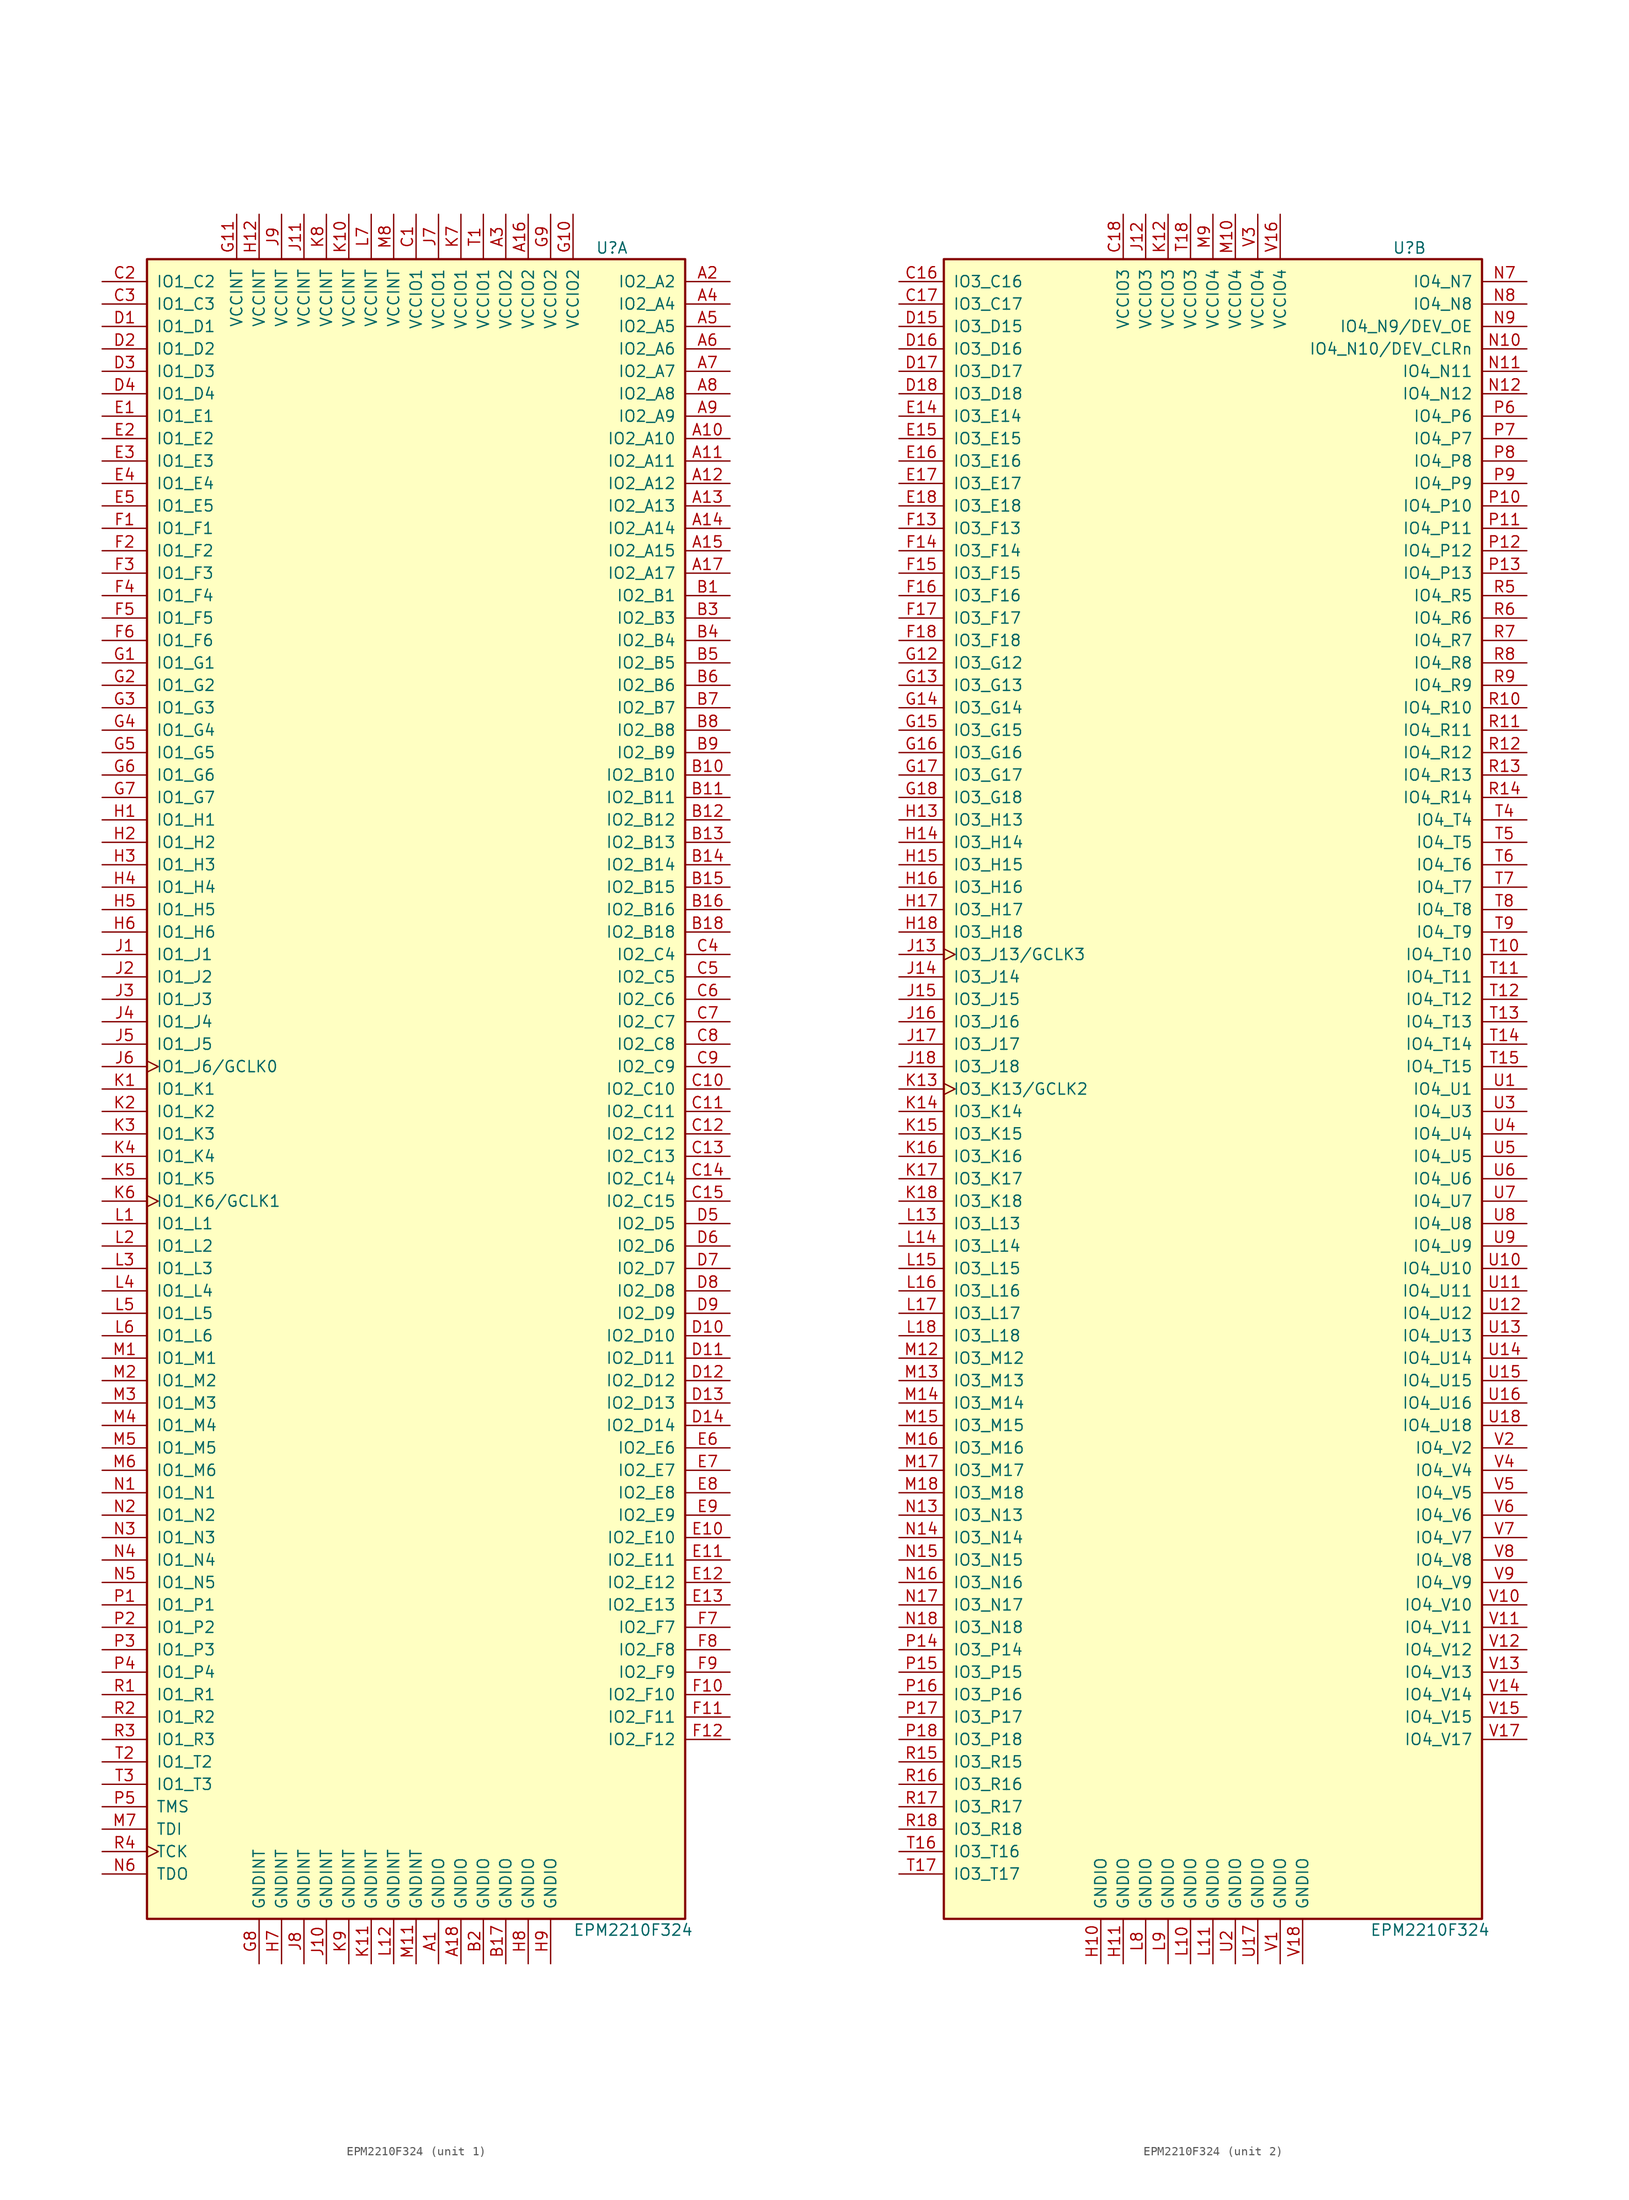
<source format=kicad_sym>
(kicad_symbol_lib
  (version 20211014)
  (generator kicad_symbol_editor)
  (symbol "EPM2210F324"
    (pin_names
      (offset 1.016))
    (property "Reference" "U"
      (at 20.32 95.25 0)
      (effects (font (size 1.27 1.27)) (justify left)))
    (property "Value" "EPM2210F324"
      (at 17.78 -95.25 0)
      (effects (font (size 1.27 1.27)) (justify left)))
    (property "ki_locked" ""
      (at 0 0 0)
      (effects (font (size 1.27 1.27))))
    (symbol "EPM2210F324_1_1"
      (rectangle (start -30.48 93.98) (end 30.48 -93.98) (stroke (width 0.254) (type default) (color 0 0 0 0)) (fill (type background)))
      (pin power_in line (at 2.54 -99.06 90) (length 5.08) (name "GNDIO" (effects (font (size 1.27 1.27)))) (number "A1" (effects (font (size 1.27 1.27)))))
      (pin bidirectional line (at 35.56 73.66 180) (length 5.08) (name "IO2_A10" (effects (font (size 1.27 1.27)))) (number "A10" (effects (font (size 1.27 1.27)))))
      (pin bidirectional line (at 35.56 71.12 180) (length 5.08) (name "IO2_A11" (effects (font (size 1.27 1.27)))) (number "A11" (effects (font (size 1.27 1.27)))))
      (pin bidirectional line (at 35.56 68.58 180) (length 5.08) (name "IO2_A12" (effects (font (size 1.27 1.27)))) (number "A12" (effects (font (size 1.27 1.27)))))
      (pin bidirectional line (at 35.56 66.04 180) (length 5.08) (name "IO2_A13" (effects (font (size 1.27 1.27)))) (number "A13" (effects (font (size 1.27 1.27)))))
      (pin bidirectional line (at 35.56 63.5 180) (length 5.08) (name "IO2_A14" (effects (font (size 1.27 1.27)))) (number "A14" (effects (font (size 1.27 1.27)))))
      (pin bidirectional line (at 35.56 60.96 180) (length 5.08) (name "IO2_A15" (effects (font (size 1.27 1.27)))) (number "A15" (effects (font (size 1.27 1.27)))))
      (pin power_in line (at 12.7 99.06 270) (length 5.08) (name "VCCIO2" (effects (font (size 1.27 1.27)))) (number "A16" (effects (font (size 1.27 1.27)))))
      (pin bidirectional line (at 35.56 58.42 180) (length 5.08) (name "IO2_A17" (effects (font (size 1.27 1.27)))) (number "A17" (effects (font (size 1.27 1.27)))))
      (pin power_in line (at 5.08 -99.06 90) (length 5.08) (name "GNDIO" (effects (font (size 1.27 1.27)))) (number "A18" (effects (font (size 1.27 1.27)))))
      (pin bidirectional line (at 35.56 91.44 180) (length 5.08) (name "IO2_A2" (effects (font (size 1.27 1.27)))) (number "A2" (effects (font (size 1.27 1.27)))))
      (pin power_in line (at 10.16 99.06 270) (length 5.08) (name "VCCIO2" (effects (font (size 1.27 1.27)))) (number "A3" (effects (font (size 1.27 1.27)))))
      (pin bidirectional line (at 35.56 88.9 180) (length 5.08) (name "IO2_A4" (effects (font (size 1.27 1.27)))) (number "A4" (effects (font (size 1.27 1.27)))))
      (pin bidirectional line (at 35.56 86.36 180) (length 5.08) (name "IO2_A5" (effects (font (size 1.27 1.27)))) (number "A5" (effects (font (size 1.27 1.27)))))
      (pin bidirectional line (at 35.56 83.82 180) (length 5.08) (name "IO2_A6" (effects (font (size 1.27 1.27)))) (number "A6" (effects (font (size 1.27 1.27)))))
      (pin bidirectional line (at 35.56 81.28 180) (length 5.08) (name "IO2_A7" (effects (font (size 1.27 1.27)))) (number "A7" (effects (font (size 1.27 1.27)))))
      (pin bidirectional line (at 35.56 78.74 180) (length 5.08) (name "IO2_A8" (effects (font (size 1.27 1.27)))) (number "A8" (effects (font (size 1.27 1.27)))))
      (pin bidirectional line (at 35.56 76.2 180) (length 5.08) (name "IO2_A9" (effects (font (size 1.27 1.27)))) (number "A9" (effects (font (size 1.27 1.27)))))
      (pin bidirectional line (at 35.56 55.88 180) (length 5.08) (name "IO2_B1" (effects (font (size 1.27 1.27)))) (number "B1" (effects (font (size 1.27 1.27)))))
      (pin bidirectional line (at 35.56 35.56 180) (length 5.08) (name "IO2_B10" (effects (font (size 1.27 1.27)))) (number "B10" (effects (font (size 1.27 1.27)))))
      (pin bidirectional line (at 35.56 33.02 180) (length 5.08) (name "IO2_B11" (effects (font (size 1.27 1.27)))) (number "B11" (effects (font (size 1.27 1.27)))))
      (pin bidirectional line (at 35.56 30.48 180) (length 5.08) (name "IO2_B12" (effects (font (size 1.27 1.27)))) (number "B12" (effects (font (size 1.27 1.27)))))
      (pin bidirectional line (at 35.56 27.94 180) (length 5.08) (name "IO2_B13" (effects (font (size 1.27 1.27)))) (number "B13" (effects (font (size 1.27 1.27)))))
      (pin bidirectional line (at 35.56 25.4 180) (length 5.08) (name "IO2_B14" (effects (font (size 1.27 1.27)))) (number "B14" (effects (font (size 1.27 1.27)))))
      (pin bidirectional line (at 35.56 22.86 180) (length 5.08) (name "IO2_B15" (effects (font (size 1.27 1.27)))) (number "B15" (effects (font (size 1.27 1.27)))))
      (pin bidirectional line (at 35.56 20.32 180) (length 5.08) (name "IO2_B16" (effects (font (size 1.27 1.27)))) (number "B16" (effects (font (size 1.27 1.27)))))
      (pin power_in line (at 10.16 -99.06 90) (length 5.08) (name "GNDIO" (effects (font (size 1.27 1.27)))) (number "B17" (effects (font (size 1.27 1.27)))))
      (pin bidirectional line (at 35.56 17.78 180) (length 5.08) (name "IO2_B18" (effects (font (size 1.27 1.27)))) (number "B18" (effects (font (size 1.27 1.27)))))
      (pin power_in line (at 7.62 -99.06 90) (length 5.08) (name "GNDIO" (effects (font (size 1.27 1.27)))) (number "B2" (effects (font (size 1.27 1.27)))))
      (pin bidirectional line (at 35.56 53.34 180) (length 5.08) (name "IO2_B3" (effects (font (size 1.27 1.27)))) (number "B3" (effects (font (size 1.27 1.27)))))
      (pin bidirectional line (at 35.56 50.8 180) (length 5.08) (name "IO2_B4" (effects (font (size 1.27 1.27)))) (number "B4" (effects (font (size 1.27 1.27)))))
      (pin bidirectional line (at 35.56 48.26 180) (length 5.08) (name "IO2_B5" (effects (font (size 1.27 1.27)))) (number "B5" (effects (font (size 1.27 1.27)))))
      (pin bidirectional line (at 35.56 45.72 180) (length 5.08) (name "IO2_B6" (effects (font (size 1.27 1.27)))) (number "B6" (effects (font (size 1.27 1.27)))))
      (pin bidirectional line (at 35.56 43.18 180) (length 5.08) (name "IO2_B7" (effects (font (size 1.27 1.27)))) (number "B7" (effects (font (size 1.27 1.27)))))
      (pin bidirectional line (at 35.56 40.64 180) (length 5.08) (name "IO2_B8" (effects (font (size 1.27 1.27)))) (number "B8" (effects (font (size 1.27 1.27)))))
      (pin bidirectional line (at 35.56 38.1 180) (length 5.08) (name "IO2_B9" (effects (font (size 1.27 1.27)))) (number "B9" (effects (font (size 1.27 1.27)))))
      (pin power_in line (at 0 99.06 270) (length 5.08) (name "VCCIO1" (effects (font (size 1.27 1.27)))) (number "C1" (effects (font (size 1.27 1.27)))))
      (pin bidirectional line (at 35.56 0 180) (length 5.08) (name "IO2_C10" (effects (font (size 1.27 1.27)))) (number "C10" (effects (font (size 1.27 1.27)))))
      (pin bidirectional line (at 35.56 -2.54 180) (length 5.08) (name "IO2_C11" (effects (font (size 1.27 1.27)))) (number "C11" (effects (font (size 1.27 1.27)))))
      (pin bidirectional line (at 35.56 -5.08 180) (length 5.08) (name "IO2_C12" (effects (font (size 1.27 1.27)))) (number "C12" (effects (font (size 1.27 1.27)))))
      (pin bidirectional line (at 35.56 -7.62 180) (length 5.08) (name "IO2_C13" (effects (font (size 1.27 1.27)))) (number "C13" (effects (font (size 1.27 1.27)))))
      (pin bidirectional line (at 35.56 -10.16 180) (length 5.08) (name "IO2_C14" (effects (font (size 1.27 1.27)))) (number "C14" (effects (font (size 1.27 1.27)))))
      (pin bidirectional line (at 35.56 -12.7 180) (length 5.08) (name "IO2_C15" (effects (font (size 1.27 1.27)))) (number "C15" (effects (font (size 1.27 1.27)))))
      (pin bidirectional line (at -35.56 91.44 0) (length 5.08) (name "IO1_C2" (effects (font (size 1.27 1.27)))) (number "C2" (effects (font (size 1.27 1.27)))))
      (pin bidirectional line (at -35.56 88.9 0) (length 5.08) (name "IO1_C3" (effects (font (size 1.27 1.27)))) (number "C3" (effects (font (size 1.27 1.27)))))
      (pin bidirectional line (at 35.56 15.24 180) (length 5.08) (name "IO2_C4" (effects (font (size 1.27 1.27)))) (number "C4" (effects (font (size 1.27 1.27)))))
      (pin bidirectional line (at 35.56 12.7 180) (length 5.08) (name "IO2_C5" (effects (font (size 1.27 1.27)))) (number "C5" (effects (font (size 1.27 1.27)))))
      (pin bidirectional line (at 35.56 10.16 180) (length 5.08) (name "IO2_C6" (effects (font (size 1.27 1.27)))) (number "C6" (effects (font (size 1.27 1.27)))))
      (pin bidirectional line (at 35.56 7.62 180) (length 5.08) (name "IO2_C7" (effects (font (size 1.27 1.27)))) (number "C7" (effects (font (size 1.27 1.27)))))
      (pin bidirectional line (at 35.56 5.08 180) (length 5.08) (name "IO2_C8" (effects (font (size 1.27 1.27)))) (number "C8" (effects (font (size 1.27 1.27)))))
      (pin bidirectional line (at 35.56 2.54 180) (length 5.08) (name "IO2_C9" (effects (font (size 1.27 1.27)))) (number "C9" (effects (font (size 1.27 1.27)))))
      (pin bidirectional line (at -35.56 86.36 0) (length 5.08) (name "IO1_D1" (effects (font (size 1.27 1.27)))) (number "D1" (effects (font (size 1.27 1.27)))))
      (pin bidirectional line (at 35.56 -27.94 180) (length 5.08) (name "IO2_D10" (effects (font (size 1.27 1.27)))) (number "D10" (effects (font (size 1.27 1.27)))))
      (pin bidirectional line (at 35.56 -30.48 180) (length 5.08) (name "IO2_D11" (effects (font (size 1.27 1.27)))) (number "D11" (effects (font (size 1.27 1.27)))))
      (pin bidirectional line (at 35.56 -33.02 180) (length 5.08) (name "IO2_D12" (effects (font (size 1.27 1.27)))) (number "D12" (effects (font (size 1.27 1.27)))))
      (pin bidirectional line (at 35.56 -35.56 180) (length 5.08) (name "IO2_D13" (effects (font (size 1.27 1.27)))) (number "D13" (effects (font (size 1.27 1.27)))))
      (pin bidirectional line (at 35.56 -38.1 180) (length 5.08) (name "IO2_D14" (effects (font (size 1.27 1.27)))) (number "D14" (effects (font (size 1.27 1.27)))))
      (pin bidirectional line (at -35.56 83.82 0) (length 5.08) (name "IO1_D2" (effects (font (size 1.27 1.27)))) (number "D2" (effects (font (size 1.27 1.27)))))
      (pin bidirectional line (at -35.56 81.28 0) (length 5.08) (name "IO1_D3" (effects (font (size 1.27 1.27)))) (number "D3" (effects (font (size 1.27 1.27)))))
      (pin bidirectional line (at -35.56 78.74 0) (length 5.08) (name "IO1_D4" (effects (font (size 1.27 1.27)))) (number "D4" (effects (font (size 1.27 1.27)))))
      (pin bidirectional line (at 35.56 -15.24 180) (length 5.08) (name "IO2_D5" (effects (font (size 1.27 1.27)))) (number "D5" (effects (font (size 1.27 1.27)))))
      (pin bidirectional line (at 35.56 -17.78 180) (length 5.08) (name "IO2_D6" (effects (font (size 1.27 1.27)))) (number "D6" (effects (font (size 1.27 1.27)))))
      (pin bidirectional line (at 35.56 -20.32 180) (length 5.08) (name "IO2_D7" (effects (font (size 1.27 1.27)))) (number "D7" (effects (font (size 1.27 1.27)))))
      (pin bidirectional line (at 35.56 -22.86 180) (length 5.08) (name "IO2_D8" (effects (font (size 1.27 1.27)))) (number "D8" (effects (font (size 1.27 1.27)))))
      (pin bidirectional line (at 35.56 -25.4 180) (length 5.08) (name "IO2_D9" (effects (font (size 1.27 1.27)))) (number "D9" (effects (font (size 1.27 1.27)))))
      (pin bidirectional line (at -35.56 76.2 0) (length 5.08) (name "IO1_E1" (effects (font (size 1.27 1.27)))) (number "E1" (effects (font (size 1.27 1.27)))))
      (pin bidirectional line (at 35.56 -50.8 180) (length 5.08) (name "IO2_E10" (effects (font (size 1.27 1.27)))) (number "E10" (effects (font (size 1.27 1.27)))))
      (pin bidirectional line (at 35.56 -53.34 180) (length 5.08) (name "IO2_E11" (effects (font (size 1.27 1.27)))) (number "E11" (effects (font (size 1.27 1.27)))))
      (pin bidirectional line (at 35.56 -55.88 180) (length 5.08) (name "IO2_E12" (effects (font (size 1.27 1.27)))) (number "E12" (effects (font (size 1.27 1.27)))))
      (pin bidirectional line (at 35.56 -58.42 180) (length 5.08) (name "IO2_E13" (effects (font (size 1.27 1.27)))) (number "E13" (effects (font (size 1.27 1.27)))))
      (pin bidirectional line (at -35.56 73.66 0) (length 5.08) (name "IO1_E2" (effects (font (size 1.27 1.27)))) (number "E2" (effects (font (size 1.27 1.27)))))
      (pin bidirectional line (at -35.56 71.12 0) (length 5.08) (name "IO1_E3" (effects (font (size 1.27 1.27)))) (number "E3" (effects (font (size 1.27 1.27)))))
      (pin bidirectional line (at -35.56 68.58 0) (length 5.08) (name "IO1_E4" (effects (font (size 1.27 1.27)))) (number "E4" (effects (font (size 1.27 1.27)))))
      (pin bidirectional line (at -35.56 66.04 0) (length 5.08) (name "IO1_E5" (effects (font (size 1.27 1.27)))) (number "E5" (effects (font (size 1.27 1.27)))))
      (pin bidirectional line (at 35.56 -40.64 180) (length 5.08) (name "IO2_E6" (effects (font (size 1.27 1.27)))) (number "E6" (effects (font (size 1.27 1.27)))))
      (pin bidirectional line (at 35.56 -43.18 180) (length 5.08) (name "IO2_E7" (effects (font (size 1.27 1.27)))) (number "E7" (effects (font (size 1.27 1.27)))))
      (pin bidirectional line (at 35.56 -45.72 180) (length 5.08) (name "IO2_E8" (effects (font (size 1.27 1.27)))) (number "E8" (effects (font (size 1.27 1.27)))))
      (pin bidirectional line (at 35.56 -48.26 180) (length 5.08) (name "IO2_E9" (effects (font (size 1.27 1.27)))) (number "E9" (effects (font (size 1.27 1.27)))))
      (pin bidirectional line (at -35.56 63.5 0) (length 5.08) (name "IO1_F1" (effects (font (size 1.27 1.27)))) (number "F1" (effects (font (size 1.27 1.27)))))
      (pin bidirectional line (at 35.56 -68.58 180) (length 5.08) (name "IO2_F10" (effects (font (size 1.27 1.27)))) (number "F10" (effects (font (size 1.27 1.27)))))
      (pin bidirectional line (at 35.56 -71.12 180) (length 5.08) (name "IO2_F11" (effects (font (size 1.27 1.27)))) (number "F11" (effects (font (size 1.27 1.27)))))
      (pin bidirectional line (at 35.56 -73.66 180) (length 5.08) (name "IO2_F12" (effects (font (size 1.27 1.27)))) (number "F12" (effects (font (size 1.27 1.27)))))
      (pin bidirectional line (at -35.56 60.96 0) (length 5.08) (name "IO1_F2" (effects (font (size 1.27 1.27)))) (number "F2" (effects (font (size 1.27 1.27)))))
      (pin bidirectional line (at -35.56 58.42 0) (length 5.08) (name "IO1_F3" (effects (font (size 1.27 1.27)))) (number "F3" (effects (font (size 1.27 1.27)))))
      (pin bidirectional line (at -35.56 55.88 0) (length 5.08) (name "IO1_F4" (effects (font (size 1.27 1.27)))) (number "F4" (effects (font (size 1.27 1.27)))))
      (pin bidirectional line (at -35.56 53.34 0) (length 5.08) (name "IO1_F5" (effects (font (size 1.27 1.27)))) (number "F5" (effects (font (size 1.27 1.27)))))
      (pin bidirectional line (at -35.56 50.8 0) (length 5.08) (name "IO1_F6" (effects (font (size 1.27 1.27)))) (number "F6" (effects (font (size 1.27 1.27)))))
      (pin bidirectional line (at 35.56 -60.96 180) (length 5.08) (name "IO2_F7" (effects (font (size 1.27 1.27)))) (number "F7" (effects (font (size 1.27 1.27)))))
      (pin bidirectional line (at 35.56 -63.5 180) (length 5.08) (name "IO2_F8" (effects (font (size 1.27 1.27)))) (number "F8" (effects (font (size 1.27 1.27)))))
      (pin bidirectional line (at 35.56 -66.04 180) (length 5.08) (name "IO2_F9" (effects (font (size 1.27 1.27)))) (number "F9" (effects (font (size 1.27 1.27)))))
      (pin bidirectional line (at -35.56 48.26 0) (length 5.08) (name "IO1_G1" (effects (font (size 1.27 1.27)))) (number "G1" (effects (font (size 1.27 1.27)))))
      (pin power_in line (at 17.78 99.06 270) (length 5.08) (name "VCCIO2" (effects (font (size 1.27 1.27)))) (number "G10" (effects (font (size 1.27 1.27)))))
      (pin power_in line (at -20.32 99.06 270) (length 5.08) (name "VCCINT" (effects (font (size 1.27 1.27)))) (number "G11" (effects (font (size 1.27 1.27)))))
      (pin bidirectional line (at -35.56 45.72 0) (length 5.08) (name "IO1_G2" (effects (font (size 1.27 1.27)))) (number "G2" (effects (font (size 1.27 1.27)))))
      (pin bidirectional line (at -35.56 43.18 0) (length 5.08) (name "IO1_G3" (effects (font (size 1.27 1.27)))) (number "G3" (effects (font (size 1.27 1.27)))))
      (pin bidirectional line (at -35.56 40.64 0) (length 5.08) (name "IO1_G4" (effects (font (size 1.27 1.27)))) (number "G4" (effects (font (size 1.27 1.27)))))
      (pin bidirectional line (at -35.56 38.1 0) (length 5.08) (name "IO1_G5" (effects (font (size 1.27 1.27)))) (number "G5" (effects (font (size 1.27 1.27)))))
      (pin bidirectional line (at -35.56 35.56 0) (length 5.08) (name "IO1_G6" (effects (font (size 1.27 1.27)))) (number "G6" (effects (font (size 1.27 1.27)))))
      (pin bidirectional line (at -35.56 33.02 0) (length 5.08) (name "IO1_G7" (effects (font (size 1.27 1.27)))) (number "G7" (effects (font (size 1.27 1.27)))))
      (pin power_in line (at -17.78 -99.06 90) (length 5.08) (name "GNDINT" (effects (font (size 1.27 1.27)))) (number "G8" (effects (font (size 1.27 1.27)))))
      (pin power_in line (at 15.24 99.06 270) (length 5.08) (name "VCCIO2" (effects (font (size 1.27 1.27)))) (number "G9" (effects (font (size 1.27 1.27)))))
      (pin bidirectional line (at -35.56 30.48 0) (length 5.08) (name "IO1_H1" (effects (font (size 1.27 1.27)))) (number "H1" (effects (font (size 1.27 1.27)))))
      (pin power_in line (at -17.78 99.06 270) (length 5.08) (name "VCCINT" (effects (font (size 1.27 1.27)))) (number "H12" (effects (font (size 1.27 1.27)))))
      (pin bidirectional line (at -35.56 27.94 0) (length 5.08) (name "IO1_H2" (effects (font (size 1.27 1.27)))) (number "H2" (effects (font (size 1.27 1.27)))))
      (pin bidirectional line (at -35.56 25.4 0) (length 5.08) (name "IO1_H3" (effects (font (size 1.27 1.27)))) (number "H3" (effects (font (size 1.27 1.27)))))
      (pin bidirectional line (at -35.56 22.86 0) (length 5.08) (name "IO1_H4" (effects (font (size 1.27 1.27)))) (number "H4" (effects (font (size 1.27 1.27)))))
      (pin bidirectional line (at -35.56 20.32 0) (length 5.08) (name "IO1_H5" (effects (font (size 1.27 1.27)))) (number "H5" (effects (font (size 1.27 1.27)))))
      (pin bidirectional line (at -35.56 17.78 0) (length 5.08) (name "IO1_H6" (effects (font (size 1.27 1.27)))) (number "H6" (effects (font (size 1.27 1.27)))))
      (pin power_in line (at -15.24 -99.06 90) (length 5.08) (name "GNDINT" (effects (font (size 1.27 1.27)))) (number "H7" (effects (font (size 1.27 1.27)))))
      (pin power_in line (at 12.7 -99.06 90) (length 5.08) (name "GNDIO" (effects (font (size 1.27 1.27)))) (number "H8" (effects (font (size 1.27 1.27)))))
      (pin power_in line (at 15.24 -99.06 90) (length 5.08) (name "GNDIO" (effects (font (size 1.27 1.27)))) (number "H9" (effects (font (size 1.27 1.27)))))
      (pin bidirectional line (at -35.56 15.24 0) (length 5.08) (name "IO1_J1" (effects (font (size 1.27 1.27)))) (number "J1" (effects (font (size 1.27 1.27)))))
      (pin power_in line (at -10.16 -99.06 90) (length 5.08) (name "GNDINT" (effects (font (size 1.27 1.27)))) (number "J10" (effects (font (size 1.27 1.27)))))
      (pin power_in line (at -12.7 99.06 270) (length 5.08) (name "VCCINT" (effects (font (size 1.27 1.27)))) (number "J11" (effects (font (size 1.27 1.27)))))
      (pin bidirectional line (at -35.56 12.7 0) (length 5.08) (name "IO1_J2" (effects (font (size 1.27 1.27)))) (number "J2" (effects (font (size 1.27 1.27)))))
      (pin bidirectional line (at -35.56 10.16 0) (length 5.08) (name "IO1_J3" (effects (font (size 1.27 1.27)))) (number "J3" (effects (font (size 1.27 1.27)))))
      (pin bidirectional line (at -35.56 7.62 0) (length 5.08) (name "IO1_J4" (effects (font (size 1.27 1.27)))) (number "J4" (effects (font (size 1.27 1.27)))))
      (pin bidirectional line (at -35.56 5.08 0) (length 5.08) (name "IO1_J5" (effects (font (size 1.27 1.27)))) (number "J5" (effects (font (size 1.27 1.27)))))
      (pin bidirectional clock (at -35.56 2.54 0) (length 5.08) (name "IO1_J6/GCLK0" (effects (font (size 1.27 1.27)))) (number "J6" (effects (font (size 1.27 1.27)))))
      (pin power_in line (at 2.54 99.06 270) (length 5.08) (name "VCCIO1" (effects (font (size 1.27 1.27)))) (number "J7" (effects (font (size 1.27 1.27)))))
      (pin power_in line (at -12.7 -99.06 90) (length 5.08) (name "GNDINT" (effects (font (size 1.27 1.27)))) (number "J8" (effects (font (size 1.27 1.27)))))
      (pin power_in line (at -15.24 99.06 270) (length 5.08) (name "VCCINT" (effects (font (size 1.27 1.27)))) (number "J9" (effects (font (size 1.27 1.27)))))
      (pin bidirectional line (at -35.56 0 0) (length 5.08) (name "IO1_K1" (effects (font (size 1.27 1.27)))) (number "K1" (effects (font (size 1.27 1.27)))))
      (pin power_in line (at -7.62 99.06 270) (length 5.08) (name "VCCINT" (effects (font (size 1.27 1.27)))) (number "K10" (effects (font (size 1.27 1.27)))))
      (pin power_in line (at -5.08 -99.06 90) (length 5.08) (name "GNDINT" (effects (font (size 1.27 1.27)))) (number "K11" (effects (font (size 1.27 1.27)))))
      (pin bidirectional line (at -35.56 -2.54 0) (length 5.08) (name "IO1_K2" (effects (font (size 1.27 1.27)))) (number "K2" (effects (font (size 1.27 1.27)))))
      (pin bidirectional line (at -35.56 -5.08 0) (length 5.08) (name "IO1_K3" (effects (font (size 1.27 1.27)))) (number "K3" (effects (font (size 1.27 1.27)))))
      (pin bidirectional line (at -35.56 -7.62 0) (length 5.08) (name "IO1_K4" (effects (font (size 1.27 1.27)))) (number "K4" (effects (font (size 1.27 1.27)))))
      (pin bidirectional line (at -35.56 -10.16 0) (length 5.08) (name "IO1_K5" (effects (font (size 1.27 1.27)))) (number "K5" (effects (font (size 1.27 1.27)))))
      (pin bidirectional clock (at -35.56 -12.7 0) (length 5.08) (name "IO1_K6/GCLK1" (effects (font (size 1.27 1.27)))) (number "K6" (effects (font (size 1.27 1.27)))))
      (pin power_in line (at 5.08 99.06 270) (length 5.08) (name "VCCIO1" (effects (font (size 1.27 1.27)))) (number "K7" (effects (font (size 1.27 1.27)))))
      (pin power_in line (at -10.16 99.06 270) (length 5.08) (name "VCCINT" (effects (font (size 1.27 1.27)))) (number "K8" (effects (font (size 1.27 1.27)))))
      (pin power_in line (at -7.62 -99.06 90) (length 5.08) (name "GNDINT" (effects (font (size 1.27 1.27)))) (number "K9" (effects (font (size 1.27 1.27)))))
      (pin bidirectional line (at -35.56 -15.24 0) (length 5.08) (name "IO1_L1" (effects (font (size 1.27 1.27)))) (number "L1" (effects (font (size 1.27 1.27)))))
      (pin power_in line (at -2.54 -99.06 90) (length 5.08) (name "GNDINT" (effects (font (size 1.27 1.27)))) (number "L12" (effects (font (size 1.27 1.27)))))
      (pin bidirectional line (at -35.56 -17.78 0) (length 5.08) (name "IO1_L2" (effects (font (size 1.27 1.27)))) (number "L2" (effects (font (size 1.27 1.27)))))
      (pin bidirectional line (at -35.56 -20.32 0) (length 5.08) (name "IO1_L3" (effects (font (size 1.27 1.27)))) (number "L3" (effects (font (size 1.27 1.27)))))
      (pin bidirectional line (at -35.56 -22.86 0) (length 5.08) (name "IO1_L4" (effects (font (size 1.27 1.27)))) (number "L4" (effects (font (size 1.27 1.27)))))
      (pin bidirectional line (at -35.56 -25.4 0) (length 5.08) (name "IO1_L5" (effects (font (size 1.27 1.27)))) (number "L5" (effects (font (size 1.27 1.27)))))
      (pin bidirectional line (at -35.56 -27.94 0) (length 5.08) (name "IO1_L6" (effects (font (size 1.27 1.27)))) (number "L6" (effects (font (size 1.27 1.27)))))
      (pin power_in line (at -5.08 99.06 270) (length 5.08) (name "VCCINT" (effects (font (size 1.27 1.27)))) (number "L7" (effects (font (size 1.27 1.27)))))
      (pin bidirectional line (at -35.56 -30.48 0) (length 5.08) (name "IO1_M1" (effects (font (size 1.27 1.27)))) (number "M1" (effects (font (size 1.27 1.27)))))
      (pin power_in line (at 0 -99.06 90) (length 5.08) (name "GNDINT" (effects (font (size 1.27 1.27)))) (number "M11" (effects (font (size 1.27 1.27)))))
      (pin bidirectional line (at -35.56 -33.02 0) (length 5.08) (name "IO1_M2" (effects (font (size 1.27 1.27)))) (number "M2" (effects (font (size 1.27 1.27)))))
      (pin bidirectional line (at -35.56 -35.56 0) (length 5.08) (name "IO1_M3" (effects (font (size 1.27 1.27)))) (number "M3" (effects (font (size 1.27 1.27)))))
      (pin bidirectional line (at -35.56 -38.1 0) (length 5.08) (name "IO1_M4" (effects (font (size 1.27 1.27)))) (number "M4" (effects (font (size 1.27 1.27)))))
      (pin bidirectional line (at -35.56 -40.64 0) (length 5.08) (name "IO1_M5" (effects (font (size 1.27 1.27)))) (number "M5" (effects (font (size 1.27 1.27)))))
      (pin bidirectional line (at -35.56 -43.18 0) (length 5.08) (name "IO1_M6" (effects (font (size 1.27 1.27)))) (number "M6" (effects (font (size 1.27 1.27)))))
      (pin input line (at -35.56 -83.82 0) (length 5.08) (name "TDI" (effects (font (size 1.27 1.27)))) (number "M7" (effects (font (size 1.27 1.27)))))
      (pin power_in line (at -2.54 99.06 270) (length 5.08) (name "VCCINT" (effects (font (size 1.27 1.27)))) (number "M8" (effects (font (size 1.27 1.27)))))
      (pin bidirectional line (at -35.56 -45.72 0) (length 5.08) (name "IO1_N1" (effects (font (size 1.27 1.27)))) (number "N1" (effects (font (size 1.27 1.27)))))
      (pin bidirectional line (at -35.56 -48.26 0) (length 5.08) (name "IO1_N2" (effects (font (size 1.27 1.27)))) (number "N2" (effects (font (size 1.27 1.27)))))
      (pin bidirectional line (at -35.56 -50.8 0) (length 5.08) (name "IO1_N3" (effects (font (size 1.27 1.27)))) (number "N3" (effects (font (size 1.27 1.27)))))
      (pin bidirectional line (at -35.56 -53.34 0) (length 5.08) (name "IO1_N4" (effects (font (size 1.27 1.27)))) (number "N4" (effects (font (size 1.27 1.27)))))
      (pin bidirectional line (at -35.56 -55.88 0) (length 5.08) (name "IO1_N5" (effects (font (size 1.27 1.27)))) (number "N5" (effects (font (size 1.27 1.27)))))
      (pin output line (at -35.56 -88.9 0) (length 5.08) (name "TDO" (effects (font (size 1.27 1.27)))) (number "N6" (effects (font (size 1.27 1.27)))))
      (pin bidirectional line (at -35.56 -58.42 0) (length 5.08) (name "IO1_P1" (effects (font (size 1.27 1.27)))) (number "P1" (effects (font (size 1.27 1.27)))))
      (pin bidirectional line (at -35.56 -60.96 0) (length 5.08) (name "IO1_P2" (effects (font (size 1.27 1.27)))) (number "P2" (effects (font (size 1.27 1.27)))))
      (pin bidirectional line (at -35.56 -63.5 0) (length 5.08) (name "IO1_P3" (effects (font (size 1.27 1.27)))) (number "P3" (effects (font (size 1.27 1.27)))))
      (pin bidirectional line (at -35.56 -66.04 0) (length 5.08) (name "IO1_P4" (effects (font (size 1.27 1.27)))) (number "P4" (effects (font (size 1.27 1.27)))))
      (pin input line (at -35.56 -81.28 0) (length 5.08) (name "TMS" (effects (font (size 1.27 1.27)))) (number "P5" (effects (font (size 1.27 1.27)))))
      (pin bidirectional line (at -35.56 -68.58 0) (length 5.08) (name "IO1_R1" (effects (font (size 1.27 1.27)))) (number "R1" (effects (font (size 1.27 1.27)))))
      (pin bidirectional line (at -35.56 -71.12 0) (length 5.08) (name "IO1_R2" (effects (font (size 1.27 1.27)))) (number "R2" (effects (font (size 1.27 1.27)))))
      (pin bidirectional line (at -35.56 -73.66 0) (length 5.08) (name "IO1_R3" (effects (font (size 1.27 1.27)))) (number "R3" (effects (font (size 1.27 1.27)))))
      (pin input clock (at -35.56 -86.36 0) (length 5.08) (name "TCK" (effects (font (size 1.27 1.27)))) (number "R4" (effects (font (size 1.27 1.27)))))
      (pin power_in line (at 7.62 99.06 270) (length 5.08) (name "VCCIO1" (effects (font (size 1.27 1.27)))) (number "T1" (effects (font (size 1.27 1.27)))))
      (pin bidirectional line (at -35.56 -76.2 0) (length 5.08) (name "IO1_T2" (effects (font (size 1.27 1.27)))) (number "T2" (effects (font (size 1.27 1.27)))))
      (pin bidirectional line (at -35.56 -78.74 0) (length 5.08) (name "IO1_T3" (effects (font (size 1.27 1.27)))) (number "T3" (effects (font (size 1.27 1.27))))))
    (symbol "EPM2210F324_2_1"
      (rectangle (start -30.48 93.98) (end 30.48 -93.98) (stroke (width 0.254) (type default) (color 0 0 0 0)) (fill (type background)))
      (pin bidirectional line (at -35.56 91.44 0) (length 5.08) (name "IO3_C16" (effects (font (size 1.27 1.27)))) (number "C16" (effects (font (size 1.27 1.27)))))
      (pin bidirectional line (at -35.56 88.9 0) (length 5.08) (name "IO3_C17" (effects (font (size 1.27 1.27)))) (number "C17" (effects (font (size 1.27 1.27)))))
      (pin power_in line (at -10.16 99.06 270) (length 5.08) (name "VCCIO3" (effects (font (size 1.27 1.27)))) (number "C18" (effects (font (size 1.27 1.27)))))
      (pin bidirectional line (at -35.56 86.36 0) (length 5.08) (name "IO3_D15" (effects (font (size 1.27 1.27)))) (number "D15" (effects (font (size 1.27 1.27)))))
      (pin bidirectional line (at -35.56 83.82 0) (length 5.08) (name "IO3_D16" (effects (font (size 1.27 1.27)))) (number "D16" (effects (font (size 1.27 1.27)))))
      (pin bidirectional line (at -35.56 81.28 0) (length 5.08) (name "IO3_D17" (effects (font (size 1.27 1.27)))) (number "D17" (effects (font (size 1.27 1.27)))))
      (pin bidirectional line (at -35.56 78.74 0) (length 5.08) (name "IO3_D18" (effects (font (size 1.27 1.27)))) (number "D18" (effects (font (size 1.27 1.27)))))
      (pin bidirectional line (at -35.56 76.2 0) (length 5.08) (name "IO3_E14" (effects (font (size 1.27 1.27)))) (number "E14" (effects (font (size 1.27 1.27)))))
      (pin bidirectional line (at -35.56 73.66 0) (length 5.08) (name "IO3_E15" (effects (font (size 1.27 1.27)))) (number "E15" (effects (font (size 1.27 1.27)))))
      (pin bidirectional line (at -35.56 71.12 0) (length 5.08) (name "IO3_E16" (effects (font (size 1.27 1.27)))) (number "E16" (effects (font (size 1.27 1.27)))))
      (pin bidirectional line (at -35.56 68.58 0) (length 5.08) (name "IO3_E17" (effects (font (size 1.27 1.27)))) (number "E17" (effects (font (size 1.27 1.27)))))
      (pin bidirectional line (at -35.56 66.04 0) (length 5.08) (name "IO3_E18" (effects (font (size 1.27 1.27)))) (number "E18" (effects (font (size 1.27 1.27)))))
      (pin bidirectional line (at -35.56 63.5 0) (length 5.08) (name "IO3_F13" (effects (font (size 1.27 1.27)))) (number "F13" (effects (font (size 1.27 1.27)))))
      (pin bidirectional line (at -35.56 60.96 0) (length 5.08) (name "IO3_F14" (effects (font (size 1.27 1.27)))) (number "F14" (effects (font (size 1.27 1.27)))))
      (pin bidirectional line (at -35.56 58.42 0) (length 5.08) (name "IO3_F15" (effects (font (size 1.27 1.27)))) (number "F15" (effects (font (size 1.27 1.27)))))
      (pin bidirectional line (at -35.56 55.88 0) (length 5.08) (name "IO3_F16" (effects (font (size 1.27 1.27)))) (number "F16" (effects (font (size 1.27 1.27)))))
      (pin bidirectional line (at -35.56 53.34 0) (length 5.08) (name "IO3_F17" (effects (font (size 1.27 1.27)))) (number "F17" (effects (font (size 1.27 1.27)))))
      (pin bidirectional line (at -35.56 50.8 0) (length 5.08) (name "IO3_F18" (effects (font (size 1.27 1.27)))) (number "F18" (effects (font (size 1.27 1.27)))))
      (pin bidirectional line (at -35.56 48.26 0) (length 5.08) (name "IO3_G12" (effects (font (size 1.27 1.27)))) (number "G12" (effects (font (size 1.27 1.27)))))
      (pin bidirectional line (at -35.56 45.72 0) (length 5.08) (name "IO3_G13" (effects (font (size 1.27 1.27)))) (number "G13" (effects (font (size 1.27 1.27)))))
      (pin bidirectional line (at -35.56 43.18 0) (length 5.08) (name "IO3_G14" (effects (font (size 1.27 1.27)))) (number "G14" (effects (font (size 1.27 1.27)))))
      (pin bidirectional line (at -35.56 40.64 0) (length 5.08) (name "IO3_G15" (effects (font (size 1.27 1.27)))) (number "G15" (effects (font (size 1.27 1.27)))))
      (pin bidirectional line (at -35.56 38.1 0) (length 5.08) (name "IO3_G16" (effects (font (size 1.27 1.27)))) (number "G16" (effects (font (size 1.27 1.27)))))
      (pin bidirectional line (at -35.56 35.56 0) (length 5.08) (name "IO3_G17" (effects (font (size 1.27 1.27)))) (number "G17" (effects (font (size 1.27 1.27)))))
      (pin bidirectional line (at -35.56 33.02 0) (length 5.08) (name "IO3_G18" (effects (font (size 1.27 1.27)))) (number "G18" (effects (font (size 1.27 1.27)))))
      (pin power_in line (at -12.7 -99.06 90) (length 5.08) (name "GNDIO" (effects (font (size 1.27 1.27)))) (number "H10" (effects (font (size 1.27 1.27)))))
      (pin power_in line (at -10.16 -99.06 90) (length 5.08) (name "GNDIO" (effects (font (size 1.27 1.27)))) (number "H11" (effects (font (size 1.27 1.27)))))
      (pin bidirectional line (at -35.56 30.48 0) (length 5.08) (name "IO3_H13" (effects (font (size 1.27 1.27)))) (number "H13" (effects (font (size 1.27 1.27)))))
      (pin bidirectional line (at -35.56 27.94 0) (length 5.08) (name "IO3_H14" (effects (font (size 1.27 1.27)))) (number "H14" (effects (font (size 1.27 1.27)))))
      (pin bidirectional line (at -35.56 25.4 0) (length 5.08) (name "IO3_H15" (effects (font (size 1.27 1.27)))) (number "H15" (effects (font (size 1.27 1.27)))))
      (pin bidirectional line (at -35.56 22.86 0) (length 5.08) (name "IO3_H16" (effects (font (size 1.27 1.27)))) (number "H16" (effects (font (size 1.27 1.27)))))
      (pin bidirectional line (at -35.56 20.32 0) (length 5.08) (name "IO3_H17" (effects (font (size 1.27 1.27)))) (number "H17" (effects (font (size 1.27 1.27)))))
      (pin bidirectional line (at -35.56 17.78 0) (length 5.08) (name "IO3_H18" (effects (font (size 1.27 1.27)))) (number "H18" (effects (font (size 1.27 1.27)))))
      (pin power_in line (at -7.62 99.06 270) (length 5.08) (name "VCCIO3" (effects (font (size 1.27 1.27)))) (number "J12" (effects (font (size 1.27 1.27)))))
      (pin bidirectional clock (at -35.56 15.24 0) (length 5.08) (name "IO3_J13/GCLK3" (effects (font (size 1.27 1.27)))) (number "J13" (effects (font (size 1.27 1.27)))))
      (pin bidirectional line (at -35.56 12.7 0) (length 5.08) (name "IO3_J14" (effects (font (size 1.27 1.27)))) (number "J14" (effects (font (size 1.27 1.27)))))
      (pin bidirectional line (at -35.56 10.16 0) (length 5.08) (name "IO3_J15" (effects (font (size 1.27 1.27)))) (number "J15" (effects (font (size 1.27 1.27)))))
      (pin bidirectional line (at -35.56 7.62 0) (length 5.08) (name "IO3_J16" (effects (font (size 1.27 1.27)))) (number "J16" (effects (font (size 1.27 1.27)))))
      (pin bidirectional line (at -35.56 5.08 0) (length 5.08) (name "IO3_J17" (effects (font (size 1.27 1.27)))) (number "J17" (effects (font (size 1.27 1.27)))))
      (pin bidirectional line (at -35.56 2.54 0) (length 5.08) (name "IO3_J18" (effects (font (size 1.27 1.27)))) (number "J18" (effects (font (size 1.27 1.27)))))
      (pin power_in line (at -5.08 99.06 270) (length 5.08) (name "VCCIO3" (effects (font (size 1.27 1.27)))) (number "K12" (effects (font (size 1.27 1.27)))))
      (pin bidirectional clock (at -35.56 0 0) (length 5.08) (name "IO3_K13/GCLK2" (effects (font (size 1.27 1.27)))) (number "K13" (effects (font (size 1.27 1.27)))))
      (pin bidirectional line (at -35.56 -2.54 0) (length 5.08) (name "IO3_K14" (effects (font (size 1.27 1.27)))) (number "K14" (effects (font (size 1.27 1.27)))))
      (pin bidirectional line (at -35.56 -5.08 0) (length 5.08) (name "IO3_K15" (effects (font (size 1.27 1.27)))) (number "K15" (effects (font (size 1.27 1.27)))))
      (pin bidirectional line (at -35.56 -7.62 0) (length 5.08) (name "IO3_K16" (effects (font (size 1.27 1.27)))) (number "K16" (effects (font (size 1.27 1.27)))))
      (pin bidirectional line (at -35.56 -10.16 0) (length 5.08) (name "IO3_K17" (effects (font (size 1.27 1.27)))) (number "K17" (effects (font (size 1.27 1.27)))))
      (pin bidirectional line (at -35.56 -12.7 0) (length 5.08) (name "IO3_K18" (effects (font (size 1.27 1.27)))) (number "K18" (effects (font (size 1.27 1.27)))))
      (pin power_in line (at -2.54 -99.06 90) (length 5.08) (name "GNDIO" (effects (font (size 1.27 1.27)))) (number "L10" (effects (font (size 1.27 1.27)))))
      (pin power_in line (at 0 -99.06 90) (length 5.08) (name "GNDIO" (effects (font (size 1.27 1.27)))) (number "L11" (effects (font (size 1.27 1.27)))))
      (pin bidirectional line (at -35.56 -15.24 0) (length 5.08) (name "IO3_L13" (effects (font (size 1.27 1.27)))) (number "L13" (effects (font (size 1.27 1.27)))))
      (pin bidirectional line (at -35.56 -17.78 0) (length 5.08) (name "IO3_L14" (effects (font (size 1.27 1.27)))) (number "L14" (effects (font (size 1.27 1.27)))))
      (pin bidirectional line (at -35.56 -20.32 0) (length 5.08) (name "IO3_L15" (effects (font (size 1.27 1.27)))) (number "L15" (effects (font (size 1.27 1.27)))))
      (pin bidirectional line (at -35.56 -22.86 0) (length 5.08) (name "IO3_L16" (effects (font (size 1.27 1.27)))) (number "L16" (effects (font (size 1.27 1.27)))))
      (pin bidirectional line (at -35.56 -25.4 0) (length 5.08) (name "IO3_L17" (effects (font (size 1.27 1.27)))) (number "L17" (effects (font (size 1.27 1.27)))))
      (pin bidirectional line (at -35.56 -27.94 0) (length 5.08) (name "IO3_L18" (effects (font (size 1.27 1.27)))) (number "L18" (effects (font (size 1.27 1.27)))))
      (pin power_in line (at -7.62 -99.06 90) (length 5.08) (name "GNDIO" (effects (font (size 1.27 1.27)))) (number "L8" (effects (font (size 1.27 1.27)))))
      (pin power_in line (at -5.08 -99.06 90) (length 5.08) (name "GNDIO" (effects (font (size 1.27 1.27)))) (number "L9" (effects (font (size 1.27 1.27)))))
      (pin power_in line (at 2.54 99.06 270) (length 5.08) (name "VCCIO4" (effects (font (size 1.27 1.27)))) (number "M10" (effects (font (size 1.27 1.27)))))
      (pin bidirectional line (at -35.56 -30.48 0) (length 5.08) (name "IO3_M12" (effects (font (size 1.27 1.27)))) (number "M12" (effects (font (size 1.27 1.27)))))
      (pin bidirectional line (at -35.56 -33.02 0) (length 5.08) (name "IO3_M13" (effects (font (size 1.27 1.27)))) (number "M13" (effects (font (size 1.27 1.27)))))
      (pin bidirectional line (at -35.56 -35.56 0) (length 5.08) (name "IO3_M14" (effects (font (size 1.27 1.27)))) (number "M14" (effects (font (size 1.27 1.27)))))
      (pin bidirectional line (at -35.56 -38.1 0) (length 5.08) (name "IO3_M15" (effects (font (size 1.27 1.27)))) (number "M15" (effects (font (size 1.27 1.27)))))
      (pin bidirectional line (at -35.56 -40.64 0) (length 5.08) (name "IO3_M16" (effects (font (size 1.27 1.27)))) (number "M16" (effects (font (size 1.27 1.27)))))
      (pin bidirectional line (at -35.56 -43.18 0) (length 5.08) (name "IO3_M17" (effects (font (size 1.27 1.27)))) (number "M17" (effects (font (size 1.27 1.27)))))
      (pin bidirectional line (at -35.56 -45.72 0) (length 5.08) (name "IO3_M18" (effects (font (size 1.27 1.27)))) (number "M18" (effects (font (size 1.27 1.27)))))
      (pin power_in line (at 0 99.06 270) (length 5.08) (name "VCCIO4" (effects (font (size 1.27 1.27)))) (number "M9" (effects (font (size 1.27 1.27)))))
      (pin bidirectional line (at 35.56 83.82 180) (length 5.08) (name "IO4_N10/DEV_CLRn" (effects (font (size 1.27 1.27)))) (number "N10" (effects (font (size 1.27 1.27)))))
      (pin bidirectional line (at 35.56 81.28 180) (length 5.08) (name "IO4_N11" (effects (font (size 1.27 1.27)))) (number "N11" (effects (font (size 1.27 1.27)))))
      (pin bidirectional line (at 35.56 78.74 180) (length 5.08) (name "IO4_N12" (effects (font (size 1.27 1.27)))) (number "N12" (effects (font (size 1.27 1.27)))))
      (pin bidirectional line (at -35.56 -48.26 0) (length 5.08) (name "IO3_N13" (effects (font (size 1.27 1.27)))) (number "N13" (effects (font (size 1.27 1.27)))))
      (pin bidirectional line (at -35.56 -50.8 0) (length 5.08) (name "IO3_N14" (effects (font (size 1.27 1.27)))) (number "N14" (effects (font (size 1.27 1.27)))))
      (pin bidirectional line (at -35.56 -53.34 0) (length 5.08) (name "IO3_N15" (effects (font (size 1.27 1.27)))) (number "N15" (effects (font (size 1.27 1.27)))))
      (pin bidirectional line (at -35.56 -55.88 0) (length 5.08) (name "IO3_N16" (effects (font (size 1.27 1.27)))) (number "N16" (effects (font (size 1.27 1.27)))))
      (pin bidirectional line (at -35.56 -58.42 0) (length 5.08) (name "IO3_N17" (effects (font (size 1.27 1.27)))) (number "N17" (effects (font (size 1.27 1.27)))))
      (pin bidirectional line (at -35.56 -60.96 0) (length 5.08) (name "IO3_N18" (effects (font (size 1.27 1.27)))) (number "N18" (effects (font (size 1.27 1.27)))))
      (pin bidirectional line (at 35.56 91.44 180) (length 5.08) (name "IO4_N7" (effects (font (size 1.27 1.27)))) (number "N7" (effects (font (size 1.27 1.27)))))
      (pin bidirectional line (at 35.56 88.9 180) (length 5.08) (name "IO4_N8" (effects (font (size 1.27 1.27)))) (number "N8" (effects (font (size 1.27 1.27)))))
      (pin bidirectional line (at 35.56 86.36 180) (length 5.08) (name "IO4_N9/DEV_OE" (effects (font (size 1.27 1.27)))) (number "N9" (effects (font (size 1.27 1.27)))))
      (pin bidirectional line (at 35.56 66.04 180) (length 5.08) (name "IO4_P10" (effects (font (size 1.27 1.27)))) (number "P10" (effects (font (size 1.27 1.27)))))
      (pin bidirectional line (at 35.56 63.5 180) (length 5.08) (name "IO4_P11" (effects (font (size 1.27 1.27)))) (number "P11" (effects (font (size 1.27 1.27)))))
      (pin bidirectional line (at 35.56 60.96 180) (length 5.08) (name "IO4_P12" (effects (font (size 1.27 1.27)))) (number "P12" (effects (font (size 1.27 1.27)))))
      (pin bidirectional line (at 35.56 58.42 180) (length 5.08) (name "IO4_P13" (effects (font (size 1.27 1.27)))) (number "P13" (effects (font (size 1.27 1.27)))))
      (pin bidirectional line (at -35.56 -63.5 0) (length 5.08) (name "IO3_P14" (effects (font (size 1.27 1.27)))) (number "P14" (effects (font (size 1.27 1.27)))))
      (pin bidirectional line (at -35.56 -66.04 0) (length 5.08) (name "IO3_P15" (effects (font (size 1.27 1.27)))) (number "P15" (effects (font (size 1.27 1.27)))))
      (pin bidirectional line (at -35.56 -68.58 0) (length 5.08) (name "IO3_P16" (effects (font (size 1.27 1.27)))) (number "P16" (effects (font (size 1.27 1.27)))))
      (pin bidirectional line (at -35.56 -71.12 0) (length 5.08) (name "IO3_P17" (effects (font (size 1.27 1.27)))) (number "P17" (effects (font (size 1.27 1.27)))))
      (pin bidirectional line (at -35.56 -73.66 0) (length 5.08) (name "IO3_P18" (effects (font (size 1.27 1.27)))) (number "P18" (effects (font (size 1.27 1.27)))))
      (pin bidirectional line (at 35.56 76.2 180) (length 5.08) (name "IO4_P6" (effects (font (size 1.27 1.27)))) (number "P6" (effects (font (size 1.27 1.27)))))
      (pin bidirectional line (at 35.56 73.66 180) (length 5.08) (name "IO4_P7" (effects (font (size 1.27 1.27)))) (number "P7" (effects (font (size 1.27 1.27)))))
      (pin bidirectional line (at 35.56 71.12 180) (length 5.08) (name "IO4_P8" (effects (font (size 1.27 1.27)))) (number "P8" (effects (font (size 1.27 1.27)))))
      (pin bidirectional line (at 35.56 68.58 180) (length 5.08) (name "IO4_P9" (effects (font (size 1.27 1.27)))) (number "P9" (effects (font (size 1.27 1.27)))))
      (pin bidirectional line (at 35.56 43.18 180) (length 5.08) (name "IO4_R10" (effects (font (size 1.27 1.27)))) (number "R10" (effects (font (size 1.27 1.27)))))
      (pin bidirectional line (at 35.56 40.64 180) (length 5.08) (name "IO4_R11" (effects (font (size 1.27 1.27)))) (number "R11" (effects (font (size 1.27 1.27)))))
      (pin bidirectional line (at 35.56 38.1 180) (length 5.08) (name "IO4_R12" (effects (font (size 1.27 1.27)))) (number "R12" (effects (font (size 1.27 1.27)))))
      (pin bidirectional line (at 35.56 35.56 180) (length 5.08) (name "IO4_R13" (effects (font (size 1.27 1.27)))) (number "R13" (effects (font (size 1.27 1.27)))))
      (pin bidirectional line (at 35.56 33.02 180) (length 5.08) (name "IO4_R14" (effects (font (size 1.27 1.27)))) (number "R14" (effects (font (size 1.27 1.27)))))
      (pin bidirectional line (at -35.56 -76.2 0) (length 5.08) (name "IO3_R15" (effects (font (size 1.27 1.27)))) (number "R15" (effects (font (size 1.27 1.27)))))
      (pin bidirectional line (at -35.56 -78.74 0) (length 5.08) (name "IO3_R16" (effects (font (size 1.27 1.27)))) (number "R16" (effects (font (size 1.27 1.27)))))
      (pin bidirectional line (at -35.56 -81.28 0) (length 5.08) (name "IO3_R17" (effects (font (size 1.27 1.27)))) (number "R17" (effects (font (size 1.27 1.27)))))
      (pin bidirectional line (at -35.56 -83.82 0) (length 5.08) (name "IO3_R18" (effects (font (size 1.27 1.27)))) (number "R18" (effects (font (size 1.27 1.27)))))
      (pin bidirectional line (at 35.56 55.88 180) (length 5.08) (name "IO4_R5" (effects (font (size 1.27 1.27)))) (number "R5" (effects (font (size 1.27 1.27)))))
      (pin bidirectional line (at 35.56 53.34 180) (length 5.08) (name "IO4_R6" (effects (font (size 1.27 1.27)))) (number "R6" (effects (font (size 1.27 1.27)))))
      (pin bidirectional line (at 35.56 50.8 180) (length 5.08) (name "IO4_R7" (effects (font (size 1.27 1.27)))) (number "R7" (effects (font (size 1.27 1.27)))))
      (pin bidirectional line (at 35.56 48.26 180) (length 5.08) (name "IO4_R8" (effects (font (size 1.27 1.27)))) (number "R8" (effects (font (size 1.27 1.27)))))
      (pin bidirectional line (at 35.56 45.72 180) (length 5.08) (name "IO4_R9" (effects (font (size 1.27 1.27)))) (number "R9" (effects (font (size 1.27 1.27)))))
      (pin bidirectional line (at 35.56 15.24 180) (length 5.08) (name "IO4_T10" (effects (font (size 1.27 1.27)))) (number "T10" (effects (font (size 1.27 1.27)))))
      (pin bidirectional line (at 35.56 12.7 180) (length 5.08) (name "IO4_T11" (effects (font (size 1.27 1.27)))) (number "T11" (effects (font (size 1.27 1.27)))))
      (pin bidirectional line (at 35.56 10.16 180) (length 5.08) (name "IO4_T12" (effects (font (size 1.27 1.27)))) (number "T12" (effects (font (size 1.27 1.27)))))
      (pin bidirectional line (at 35.56 7.62 180) (length 5.08) (name "IO4_T13" (effects (font (size 1.27 1.27)))) (number "T13" (effects (font (size 1.27 1.27)))))
      (pin bidirectional line (at 35.56 5.08 180) (length 5.08) (name "IO4_T14" (effects (font (size 1.27 1.27)))) (number "T14" (effects (font (size 1.27 1.27)))))
      (pin bidirectional line (at 35.56 2.54 180) (length 5.08) (name "IO4_T15" (effects (font (size 1.27 1.27)))) (number "T15" (effects (font (size 1.27 1.27)))))
      (pin bidirectional line (at -35.56 -86.36 0) (length 5.08) (name "IO3_T16" (effects (font (size 1.27 1.27)))) (number "T16" (effects (font (size 1.27 1.27)))))
      (pin bidirectional line (at -35.56 -88.9 0) (length 5.08) (name "IO3_T17" (effects (font (size 1.27 1.27)))) (number "T17" (effects (font (size 1.27 1.27)))))
      (pin power_in line (at -2.54 99.06 270) (length 5.08) (name "VCCIO3" (effects (font (size 1.27 1.27)))) (number "T18" (effects (font (size 1.27 1.27)))))
      (pin bidirectional line (at 35.56 30.48 180) (length 5.08) (name "IO4_T4" (effects (font (size 1.27 1.27)))) (number "T4" (effects (font (size 1.27 1.27)))))
      (pin bidirectional line (at 35.56 27.94 180) (length 5.08) (name "IO4_T5" (effects (font (size 1.27 1.27)))) (number "T5" (effects (font (size 1.27 1.27)))))
      (pin bidirectional line (at 35.56 25.4 180) (length 5.08) (name "IO4_T6" (effects (font (size 1.27 1.27)))) (number "T6" (effects (font (size 1.27 1.27)))))
      (pin bidirectional line (at 35.56 22.86 180) (length 5.08) (name "IO4_T7" (effects (font (size 1.27 1.27)))) (number "T7" (effects (font (size 1.27 1.27)))))
      (pin bidirectional line (at 35.56 20.32 180) (length 5.08) (name "IO4_T8" (effects (font (size 1.27 1.27)))) (number "T8" (effects (font (size 1.27 1.27)))))
      (pin bidirectional line (at 35.56 17.78 180) (length 5.08) (name "IO4_T9" (effects (font (size 1.27 1.27)))) (number "T9" (effects (font (size 1.27 1.27)))))
      (pin bidirectional line (at 35.56 0 180) (length 5.08) (name "IO4_U1" (effects (font (size 1.27 1.27)))) (number "U1" (effects (font (size 1.27 1.27)))))
      (pin bidirectional line (at 35.56 -20.32 180) (length 5.08) (name "IO4_U10" (effects (font (size 1.27 1.27)))) (number "U10" (effects (font (size 1.27 1.27)))))
      (pin bidirectional line (at 35.56 -22.86 180) (length 5.08) (name "IO4_U11" (effects (font (size 1.27 1.27)))) (number "U11" (effects (font (size 1.27 1.27)))))
      (pin bidirectional line (at 35.56 -25.4 180) (length 5.08) (name "IO4_U12" (effects (font (size 1.27 1.27)))) (number "U12" (effects (font (size 1.27 1.27)))))
      (pin bidirectional line (at 35.56 -27.94 180) (length 5.08) (name "IO4_U13" (effects (font (size 1.27 1.27)))) (number "U13" (effects (font (size 1.27 1.27)))))
      (pin bidirectional line (at 35.56 -30.48 180) (length 5.08) (name "IO4_U14" (effects (font (size 1.27 1.27)))) (number "U14" (effects (font (size 1.27 1.27)))))
      (pin bidirectional line (at 35.56 -33.02 180) (length 5.08) (name "IO4_U15" (effects (font (size 1.27 1.27)))) (number "U15" (effects (font (size 1.27 1.27)))))
      (pin bidirectional line (at 35.56 -35.56 180) (length 5.08) (name "IO4_U16" (effects (font (size 1.27 1.27)))) (number "U16" (effects (font (size 1.27 1.27)))))
      (pin power_in line (at 5.08 -99.06 90) (length 5.08) (name "GNDIO" (effects (font (size 1.27 1.27)))) (number "U17" (effects (font (size 1.27 1.27)))))
      (pin bidirectional line (at 35.56 -38.1 180) (length 5.08) (name "IO4_U18" (effects (font (size 1.27 1.27)))) (number "U18" (effects (font (size 1.27 1.27)))))
      (pin power_in line (at 2.54 -99.06 90) (length 5.08) (name "GNDIO" (effects (font (size 1.27 1.27)))) (number "U2" (effects (font (size 1.27 1.27)))))
      (pin bidirectional line (at 35.56 -2.54 180) (length 5.08) (name "IO4_U3" (effects (font (size 1.27 1.27)))) (number "U3" (effects (font (size 1.27 1.27)))))
      (pin bidirectional line (at 35.56 -5.08 180) (length 5.08) (name "IO4_U4" (effects (font (size 1.27 1.27)))) (number "U4" (effects (font (size 1.27 1.27)))))
      (pin bidirectional line (at 35.56 -7.62 180) (length 5.08) (name "IO4_U5" (effects (font (size 1.27 1.27)))) (number "U5" (effects (font (size 1.27 1.27)))))
      (pin bidirectional line (at 35.56 -10.16 180) (length 5.08) (name "IO4_U6" (effects (font (size 1.27 1.27)))) (number "U6" (effects (font (size 1.27 1.27)))))
      (pin bidirectional line (at 35.56 -12.7 180) (length 5.08) (name "IO4_U7" (effects (font (size 1.27 1.27)))) (number "U7" (effects (font (size 1.27 1.27)))))
      (pin bidirectional line (at 35.56 -15.24 180) (length 5.08) (name "IO4_U8" (effects (font (size 1.27 1.27)))) (number "U8" (effects (font (size 1.27 1.27)))))
      (pin bidirectional line (at 35.56 -17.78 180) (length 5.08) (name "IO4_U9" (effects (font (size 1.27 1.27)))) (number "U9" (effects (font (size 1.27 1.27)))))
      (pin power_in line (at 7.62 -99.06 90) (length 5.08) (name "GNDIO" (effects (font (size 1.27 1.27)))) (number "V1" (effects (font (size 1.27 1.27)))))
      (pin bidirectional line (at 35.56 -58.42 180) (length 5.08) (name "IO4_V10" (effects (font (size 1.27 1.27)))) (number "V10" (effects (font (size 1.27 1.27)))))
      (pin bidirectional line (at 35.56 -60.96 180) (length 5.08) (name "IO4_V11" (effects (font (size 1.27 1.27)))) (number "V11" (effects (font (size 1.27 1.27)))))
      (pin bidirectional line (at 35.56 -63.5 180) (length 5.08) (name "IO4_V12" (effects (font (size 1.27 1.27)))) (number "V12" (effects (font (size 1.27 1.27)))))
      (pin bidirectional line (at 35.56 -66.04 180) (length 5.08) (name "IO4_V13" (effects (font (size 1.27 1.27)))) (number "V13" (effects (font (size 1.27 1.27)))))
      (pin bidirectional line (at 35.56 -68.58 180) (length 5.08) (name "IO4_V14" (effects (font (size 1.27 1.27)))) (number "V14" (effects (font (size 1.27 1.27)))))
      (pin bidirectional line (at 35.56 -71.12 180) (length 5.08) (name "IO4_V15" (effects (font (size 1.27 1.27)))) (number "V15" (effects (font (size 1.27 1.27)))))
      (pin power_in line (at 7.62 99.06 270) (length 5.08) (name "VCCIO4" (effects (font (size 1.27 1.27)))) (number "V16" (effects (font (size 1.27 1.27)))))
      (pin bidirectional line (at 35.56 -73.66 180) (length 5.08) (name "IO4_V17" (effects (font (size 1.27 1.27)))) (number "V17" (effects (font (size 1.27 1.27)))))
      (pin power_in line (at 10.16 -99.06 90) (length 5.08) (name "GNDIO" (effects (font (size 1.27 1.27)))) (number "V18" (effects (font (size 1.27 1.27)))))
      (pin bidirectional line (at 35.56 -40.64 180) (length 5.08) (name "IO4_V2" (effects (font (size 1.27 1.27)))) (number "V2" (effects (font (size 1.27 1.27)))))
      (pin power_in line (at 5.08 99.06 270) (length 5.08) (name "VCCIO4" (effects (font (size 1.27 1.27)))) (number "V3" (effects (font (size 1.27 1.27)))))
      (pin bidirectional line (at 35.56 -43.18 180) (length 5.08) (name "IO4_V4" (effects (font (size 1.27 1.27)))) (number "V4" (effects (font (size 1.27 1.27)))))
      (pin bidirectional line (at 35.56 -45.72 180) (length 5.08) (name "IO4_V5" (effects (font (size 1.27 1.27)))) (number "V5" (effects (font (size 1.27 1.27)))))
      (pin bidirectional line (at 35.56 -48.26 180) (length 5.08) (name "IO4_V6" (effects (font (size 1.27 1.27)))) (number "V6" (effects (font (size 1.27 1.27)))))
      (pin bidirectional line (at 35.56 -50.8 180) (length 5.08) (name "IO4_V7" (effects (font (size 1.27 1.27)))) (number "V7" (effects (font (size 1.27 1.27)))))
      (pin bidirectional line (at 35.56 -53.34 180) (length 5.08) (name "IO4_V8" (effects (font (size 1.27 1.27)))) (number "V8" (effects (font (size 1.27 1.27)))))
      (pin bidirectional line (at 35.56 -55.88 180) (length 5.08) (name "IO4_V9" (effects (font (size 1.27 1.27)))) (number "V9" (effects (font (size 1.27 1.27))))))))
</source>
